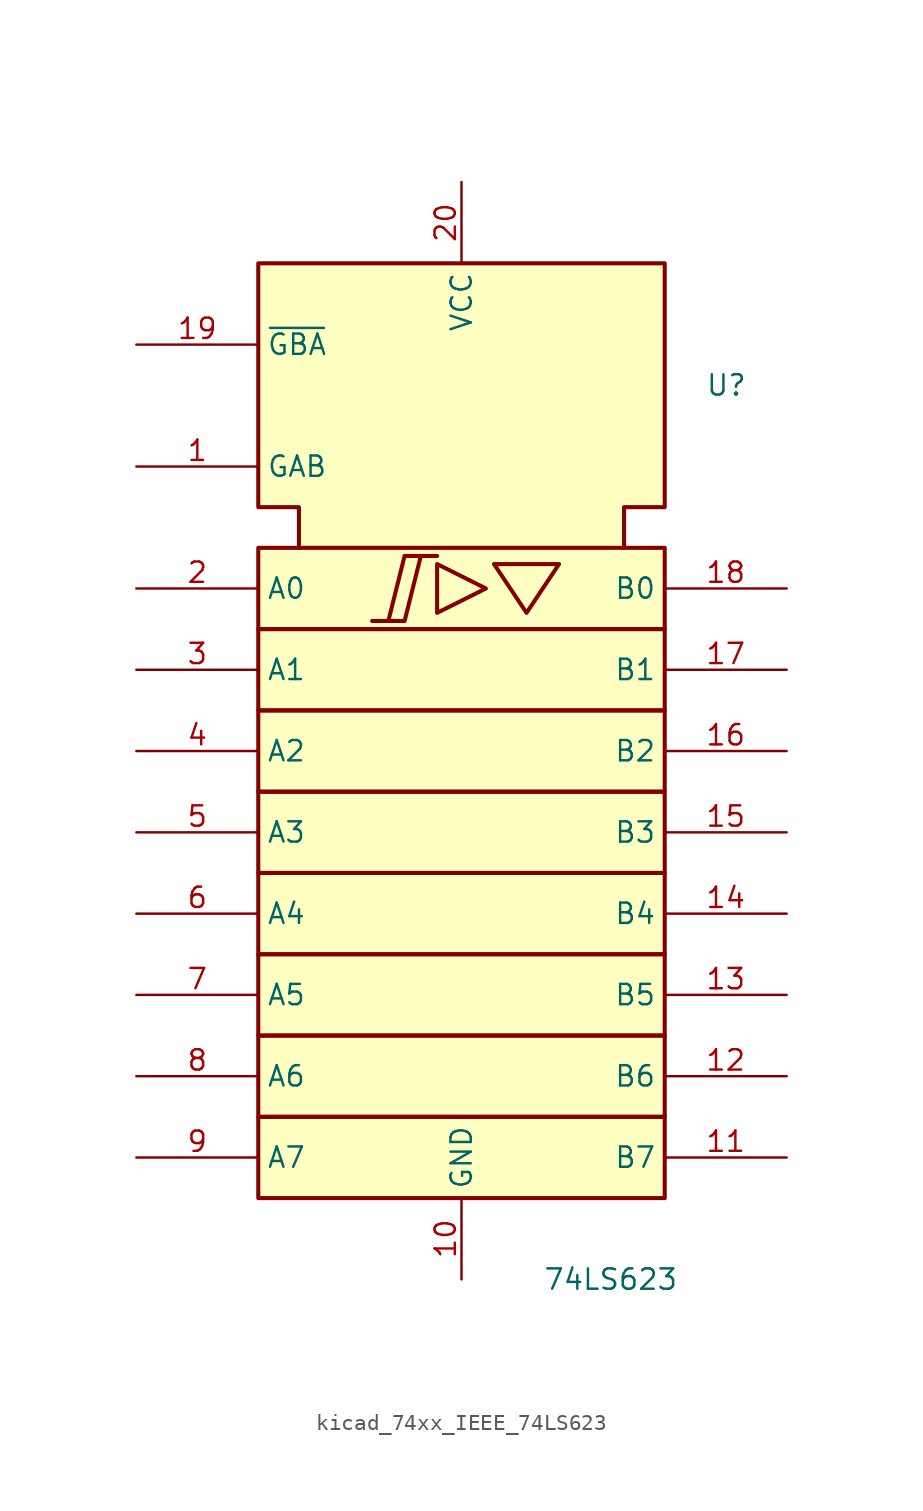
<source format=kicad_sym>
(kicad_symbol_lib
  (version 20220914)
  (generator kicad_symbol_editor)
  (symbol "kicad_74xx_IEEE_74LS623"
    (property "Reference" "U"
      (at 15.24 38.1 0)
      (effects (font (size 1.27 1.27)) (justify left)))
    (property "Value" "74LS623"
      (at 5.08 -17.78 0)
      (effects (font (size 1.27 1.27)) (justify left)))
    (symbol "kicad_74xx_IEEE_74LS623_0_0"
      (polyline (pts (xy -1.524 26.924) (xy -1.524 23.876) (xy 1.524 25.4) (xy -1.524 26.924) (xy -1.524 26.924)) (stroke (width 0.254) (type default)) (fill (type background)))
      (polyline (pts (xy 2.032 26.924) (xy 6.096 26.924) (xy 4.064 23.876) (xy 2.032 26.924) (xy 2.032 26.924)) (stroke (width 0.254) (type default)) (fill (type background)))
      (polyline (pts (xy -5.588 23.368) (xy -3.556 23.368) (xy -2.54 27.432) (xy -1.524 27.432) (xy -3.556 27.432) (xy -4.572 23.368) (xy -4.572 23.368)) (stroke (width 0.254) (type default)) (fill (type background)))
      (pin power_in line (at 0 -17.78 90) (length 5.08) (name "GND" (effects (font (size 1.27 1.27)))) (number "10" (effects (font (size 1.27 1.27)))))
      (pin power_in line (at 0 50.8 270) (length 5.08) (name "VCC" (effects (font (size 1.27 1.27)))) (number "20" (effects (font (size 1.27 1.27))))))
    (symbol "kicad_74xx_IEEE_74LS623_0_1"
      (rectangle (start -12.7 -7.62) (end 12.7 -12.7) (stroke (width 0.254) (type default)) (fill (type background)))
      (rectangle (start -12.7 -2.54) (end 12.7 -7.62) (stroke (width 0.254) (type default)) (fill (type background)))
      (rectangle (start -12.7 2.54) (end 12.7 -2.54) (stroke (width 0.254) (type default)) (fill (type background)))
      (rectangle (start -12.7 7.62) (end 12.7 2.54) (stroke (width 0.254) (type default)) (fill (type background)))
      (rectangle (start -12.7 12.7) (end 12.7 7.62) (stroke (width 0.254) (type default)) (fill (type background)))
      (rectangle (start -12.7 17.78) (end 12.7 12.7) (stroke (width 0.254) (type default)) (fill (type background)))
      (rectangle (start -12.7 22.86) (end 12.7 17.78) (stroke (width 0.254) (type default)) (fill (type background)))
      (rectangle (start -12.7 27.94) (end 12.7 22.86) (stroke (width 0.254) (type default)) (fill (type background)))
      (polyline (pts (xy -10.16 27.94) (xy -10.16 30.48) (xy -12.7 30.48) (xy -12.7 45.72) (xy 12.7 45.72) (xy 12.7 30.48) (xy 10.16 30.48) (xy 10.16 27.94) (xy 10.16 27.94)) (stroke (width 0.254) (type default)) (fill (type background))))
    (symbol "kicad_74xx_IEEE_74LS623_1_1"
      (pin input line (at -20.32 33.02 0) (length 7.62) (name "GAB" (effects (font (size 1.27 1.27)))) (number "1" (effects (font (size 1.27 1.27)))))
      (pin tri_state line (at 20.32 -10.16 180) (length 7.62) (name "B7" (effects (font (size 1.27 1.27)))) (number "11" (effects (font (size 1.27 1.27)))))
      (pin tri_state line (at 20.32 -5.08 180) (length 7.62) (name "B6" (effects (font (size 1.27 1.27)))) (number "12" (effects (font (size 1.27 1.27)))))
      (pin tri_state line (at 20.32 0 180) (length 7.62) (name "B5" (effects (font (size 1.27 1.27)))) (number "13" (effects (font (size 1.27 1.27)))))
      (pin tri_state line (at 20.32 5.08 180) (length 7.62) (name "B4" (effects (font (size 1.27 1.27)))) (number "14" (effects (font (size 1.27 1.27)))))
      (pin tri_state line (at 20.32 10.16 180) (length 7.62) (name "B3" (effects (font (size 1.27 1.27)))) (number "15" (effects (font (size 1.27 1.27)))))
      (pin tri_state line (at 20.32 15.24 180) (length 7.62) (name "B2" (effects (font (size 1.27 1.27)))) (number "16" (effects (font (size 1.27 1.27)))))
      (pin tri_state line (at 20.32 20.32 180) (length 7.62) (name "B1" (effects (font (size 1.27 1.27)))) (number "17" (effects (font (size 1.27 1.27)))))
      (pin tri_state line (at 20.32 25.4 180) (length 7.62) (name "B0" (effects (font (size 1.27 1.27)))) (number "18" (effects (font (size 1.27 1.27)))))
      (pin input line (at -20.32 40.64 0) (length 7.62) (name "~{GBA}" (effects (font (size 1.27 1.27)))) (number "19" (effects (font (size 1.27 1.27)))))
      (pin tri_state line (at -20.32 25.4 0) (length 7.62) (name "A0" (effects (font (size 1.27 1.27)))) (number "2" (effects (font (size 1.27 1.27)))))
      (pin tri_state line (at -20.32 20.32 0) (length 7.62) (name "A1" (effects (font (size 1.27 1.27)))) (number "3" (effects (font (size 1.27 1.27)))))
      (pin tri_state line (at -20.32 15.24 0) (length 7.62) (name "A2" (effects (font (size 1.27 1.27)))) (number "4" (effects (font (size 1.27 1.27)))))
      (pin tri_state line (at -20.32 10.16 0) (length 7.62) (name "A3" (effects (font (size 1.27 1.27)))) (number "5" (effects (font (size 1.27 1.27)))))
      (pin tri_state line (at -20.32 5.08 0) (length 7.62) (name "A4" (effects (font (size 1.27 1.27)))) (number "6" (effects (font (size 1.27 1.27)))))
      (pin tri_state line (at -20.32 0 0) (length 7.62) (name "A5" (effects (font (size 1.27 1.27)))) (number "7" (effects (font (size 1.27 1.27)))))
      (pin tri_state line (at -20.32 -5.08 0) (length 7.62) (name "A6" (effects (font (size 1.27 1.27)))) (number "8" (effects (font (size 1.27 1.27)))))
      (pin tri_state line (at -20.32 -10.16 0) (length 7.62) (name "A7" (effects (font (size 1.27 1.27)))) (number "9" (effects (font (size 1.27 1.27))))))))
</source>
